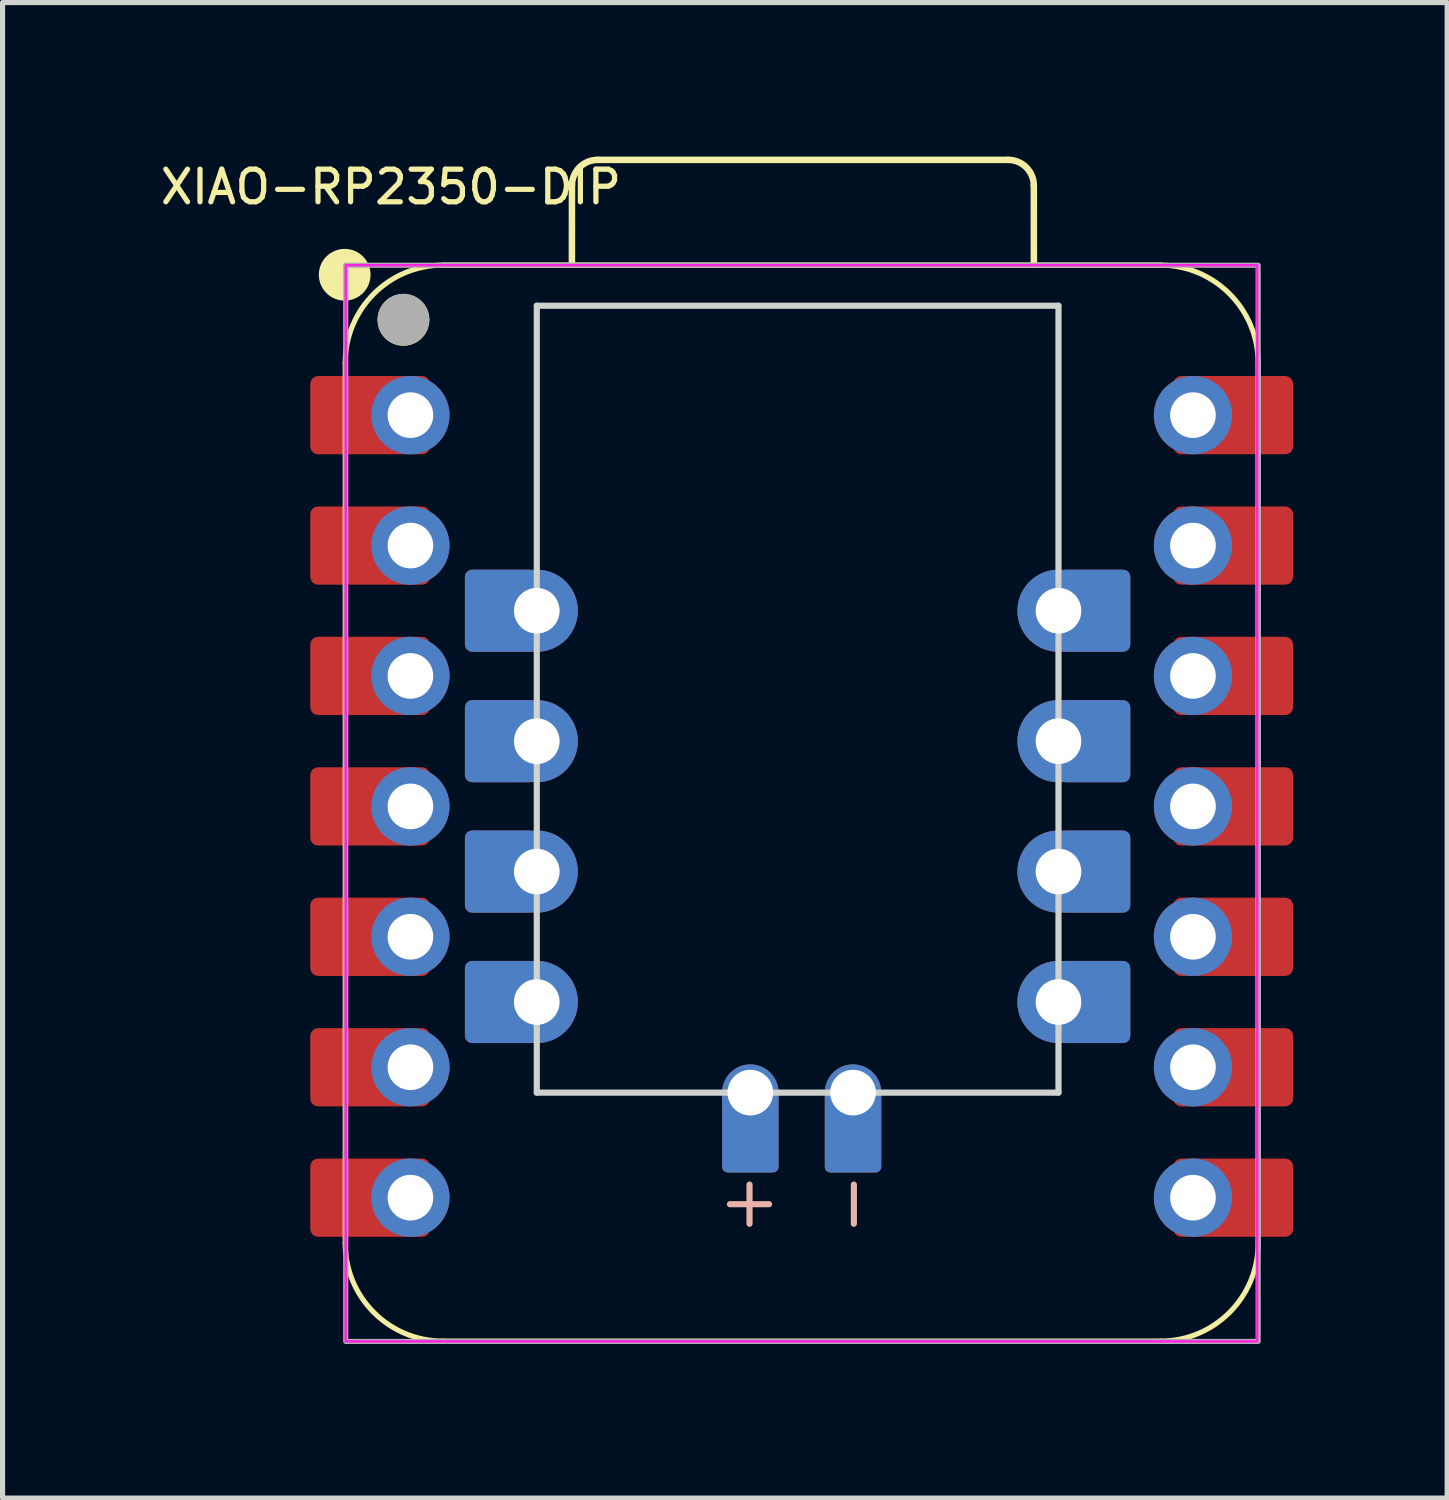
<source format=kicad_pcb>
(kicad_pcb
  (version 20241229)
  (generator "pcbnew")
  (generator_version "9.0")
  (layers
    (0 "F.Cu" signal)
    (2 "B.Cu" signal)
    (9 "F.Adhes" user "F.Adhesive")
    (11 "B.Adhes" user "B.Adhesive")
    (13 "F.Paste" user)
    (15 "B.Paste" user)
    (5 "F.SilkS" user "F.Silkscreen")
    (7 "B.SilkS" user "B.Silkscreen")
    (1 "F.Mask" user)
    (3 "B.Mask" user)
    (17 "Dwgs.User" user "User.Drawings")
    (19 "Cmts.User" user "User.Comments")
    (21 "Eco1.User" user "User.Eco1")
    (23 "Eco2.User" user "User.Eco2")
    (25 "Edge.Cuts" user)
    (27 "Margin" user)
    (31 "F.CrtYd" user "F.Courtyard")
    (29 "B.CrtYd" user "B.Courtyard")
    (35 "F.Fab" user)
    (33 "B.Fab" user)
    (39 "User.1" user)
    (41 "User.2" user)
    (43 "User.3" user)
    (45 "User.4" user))
  (footprint "XIAO-RP2350-DIP"
    (layer "F.Cu")
    (at 12.564 12.591)
    (property "Reference" "XIAO-RP2350-DIP" (at -8 -12 0) (unlocked yes) (layer "F.SilkS") (effects (font (size 0.635 0.635) (thickness 0.102))))
    (attr smd)
    (fp_line (start -8.891 8.572) (end -8.891 -8.572) (stroke (width 0.1) (type solid)) (layer "F.SilkS"))
    (fp_line (start -6.986 10.477) (end 6.984 10.477) (stroke (width 0.1) (type solid)) (layer "F.SilkS"))
    (fp_line (start -4.476 -10.486) (end -4.475 -12.028) (stroke (width 0.127) (type solid)) (layer "F.SilkS"))
    (fp_line (start -3.975 -12.528) (end 4.02 -12.528) (stroke (width 0.127) (type solid)) (layer "F.SilkS"))
    (fp_line (start 4.52 -12.028) (end 4.521 -10.483) (stroke (width 0.127) (type solid)) (layer "F.SilkS"))
    (fp_line (start 6.984 -10.477) (end -6.986 -10.477) (stroke (width 0.1) (type solid)) (layer "F.SilkS"))
    (fp_line (start 7.007 -10.475) (end -6.963 -10.475) (stroke (width 0.1) (type solid)) (layer "F.SilkS"))
    (fp_line (start 8.889 8.572) (end 8.889 -8.572) (stroke (width 0.1) (type solid)) (layer "F.SilkS"))
    (fp_arc (start -8.890994 -8.5725) (mid -8.333032 -9.919538) (end -6.985994 -10.4775) (stroke (width 0.1) (type solid)) (layer "F.SilkS"))
    (fp_arc (start -6.985994 10.4775) (mid -8.333032 9.919538) (end -8.890994 8.5725) (stroke (width 0.1) (type solid)) (layer "F.SilkS"))
    (fp_arc (start -4.475278 -12.027784) (mid -4.328701 -12.381119) (end -3.975278 -12.527512) (stroke (width 0.127) (type default)) (layer "F.SilkS"))
    (fp_arc (start 4.019994 -12.527512) (mid 4.373559 -12.38107) (end 4.519994 -12.027512) (stroke (width 0.127) (type default)) (layer "F.SilkS"))
    (fp_arc (start 6.984006 -10.4775) (mid 8.331044 -9.919538) (end 8.889006 -8.5725) (stroke (width 0.1) (type solid)) (layer "F.SilkS"))
    (fp_arc (start 8.889006 8.5725) (mid 8.331044 9.919538) (end 6.984006 10.4775) (stroke (width 0.1) (type solid)) (layer "F.SilkS"))
    (fp_circle (center -8.901 -10.29) (end -8.901 -10.544) (stroke (width 0.5) (type solid)) (fill yes) (layer "F.SilkS"))
    (fp_circle (center -7.758 -9.411) (end -7.758 -9.665) (stroke (width 0.5) (type solid)) (fill yes) (layer "F.SilkS"))
    (fp_line (start -1.017 7.429) (end -1.017 8.191) (stroke (width 0.12) (type default)) (layer "B.SilkS"))
    (fp_line (start -0.636 7.811) (end -1.398 7.811) (stroke (width 0.12) (type default)) (layer "B.SilkS"))
    (fp_line (start 1.015 7.429) (end 1.015 8.191) (stroke (width 0.12) (type default)) (layer "B.SilkS"))
    (fp_line (start -5.16 -9.687) (end -5.16 5.638) (stroke (width 0.12) (type default)) (layer "Edge.Cuts"))
    (fp_line (start -5.16 5.638) (end 4.999 5.638) (stroke (width 0.12) (type default)) (layer "Edge.Cuts"))
    (fp_line (start 4.999 -9.687) (end -5.16 -9.687) (stroke (width 0.12) (type default)) (layer "Edge.Cuts"))
    (fp_line (start 5 5.638) (end 5 -9.687) (stroke (width 0.12) (type default)) (layer "Edge.Cuts"))
    (fp_rect (start -8.881 -10.476) (end 8.869 10.483) (stroke (width 0.05) (type default)) (fill no) (layer "F.CrtYd"))
    (fp_rect (start -8.881 -10.476) (end 8.889 10.483) (stroke (width 0.1) (type default)) (fill no) (layer "F.Fab"))
    (fp_circle (center -7.755 -9.416) (end -7.755 -9.671) (stroke (width 0.5) (type solid)) (fill no) (layer "F.Fab"))
    (pad "1" smd roundrect (at -8.406 -7.556 180) (size 2.332 1.524) (layers "F.Cu" "F.Mask") (roundrect_rratio 0.1))
    (pad "1" thru_hole circle (at -7.621 -7.556 180) (size 1.524 1.524) (drill 0.889) (layers "*.Cu" "*.Mask"))
    (pad "2" smd roundrect (at -8.406 -5.016 180) (size 2.332 1.524) (layers "F.Cu" "F.Mask") (roundrect_rratio 0.1))
    (pad "2" thru_hole circle (at -7.621 -5.016 180) (size 1.524 1.524) (drill 0.889) (layers "*.Cu" "*.Mask"))
    (pad "3" smd roundrect (at -8.406 -2.477 180) (size 2.332 1.524) (layers "F.Cu" "F.Mask") (roundrect_rratio 0.1))
    (pad "3" thru_hole circle (at -7.621 -2.477 180) (size 1.524 1.524) (drill 0.889) (layers "*.Cu" "*.Mask"))
    (pad "4" smd roundrect (at -8.406 0.064 180) (size 2.332 1.524) (layers "F.Cu" "F.Mask") (roundrect_rratio 0.1))
    (pad "4" thru_hole circle (at -7.621 0.064 180) (size 1.524 1.524) (drill 0.889) (layers "*.Cu" "*.Mask"))
    (pad "5" smd roundrect (at -8.406 2.603 180) (size 2.332 1.524) (layers "F.Cu" "F.Mask") (roundrect_rratio 0.1))
    (pad "5" thru_hole circle (at -7.621 2.603 180) (size 1.524 1.524) (drill 0.889) (layers "*.Cu" "*.Mask"))
    (pad "6" smd roundrect (at -8.406 5.144 180) (size 2.332 1.524) (layers "F.Cu" "F.Mask") (roundrect_rratio 0.1))
    (pad "6" thru_hole circle (at -7.621 5.144 180) (size 1.524 1.524) (drill 0.889) (layers "*.Cu" "*.Mask"))
    (pad "7" smd roundrect (at -8.406 7.684 180) (size 2.332 1.524) (layers "F.Cu" "F.Mask") (roundrect_rratio 0.1))
    (pad "7" thru_hole circle (at -7.621 7.684 180) (size 1.524 1.524) (drill 0.889) (layers "*.Cu" "*.Mask"))
    (pad "8" thru_hole circle (at 7.619 7.684) (size 1.524 1.524) (drill 0.889) (layers "*.Cu" "*.Mask"))
    (pad "8" smd roundrect (at 8.404 7.684) (size 2.332 1.524) (layers "F.Cu" "F.Mask") (roundrect_rratio 0.1))
    (pad "9" thru_hole circle (at 7.619 5.144) (size 1.524 1.524) (drill 0.889) (layers "*.Cu" "*.Mask"))
    (pad "9" smd roundrect (at 8.404 5.144) (size 2.332 1.524) (layers "F.Cu" "F.Mask") (roundrect_rratio 0.1))
    (pad "10" thru_hole circle (at 7.619 2.603) (size 1.524 1.524) (drill 0.889) (layers "*.Cu" "*.Mask"))
    (pad "10" smd roundrect (at 8.404 2.603) (size 2.332 1.524) (layers "F.Cu" "F.Mask") (roundrect_rratio 0.1))
    (pad "11" thru_hole circle (at 7.619 0.064) (size 1.524 1.524) (drill 0.889) (layers "*.Cu" "*.Mask"))
    (pad "11" smd roundrect (at 8.404 0.064) (size 2.332 1.524) (layers "F.Cu" "F.Mask") (roundrect_rratio 0.1))
    (pad "12" thru_hole circle (at 7.619 -2.477) (size 1.524 1.524) (drill 0.889) (layers "*.Cu" "*.Mask"))
    (pad "12" smd roundrect (at 8.404 -2.477) (size 2.332 1.524) (layers "F.Cu" "F.Mask") (roundrect_rratio 0.1))
    (pad "13" thru_hole circle (at 7.619 -5.016) (size 1.524 1.524) (drill 0.889) (layers "*.Cu" "*.Mask"))
    (pad "13" smd roundrect (at 8.404 -5.016) (size 2.332 1.524) (layers "F.Cu" "F.Mask") (roundrect_rratio 0.1))
    (pad "14" thru_hole circle (at 7.619 -7.556) (size 1.524 1.524) (drill 0.889) (layers "*.Cu" "*.Mask"))
    (pad "14" smd roundrect (at 8.404 -7.556) (size 2.332 1.524) (layers "F.Cu" "F.Mask") (roundrect_rratio 0.1))
    (pad "15" thru_hole circle (at 5 -3.747 180) (size 1.6 1.6) (drill 0.889) (layers "*.Cu" "*.Mask"))
    (pad "15" smd roundrect (at 5.699 -3.747) (size 1.4 1.6) (layers "F.Cu" "F.Mask") (roundrect_rratio 0.1))
    (pad "15" smd roundrect (at 5.699 -3.747 180) (size 1.4 1.6) (layers "B.Cu" "B.Mask" "B.Paste") (roundrect_rratio 0.1))
    (pad "16" thru_hole circle (at 5 -1.206 180) (size 1.6 1.6) (drill 0.889) (layers "*.Cu" "*.Mask"))
    (pad "16" smd roundrect (at 5.699 -1.206) (size 1.4 1.6) (layers "F.Cu" "F.Mask") (roundrect_rratio 0.1))
    (pad "16" smd roundrect (at 5.699 -1.206 180) (size 1.4 1.6) (layers "B.Cu" "B.Mask" "B.Paste") (roundrect_rratio 0.1))
    (pad "17" thru_hole circle (at 5 1.333 180) (size 1.6 1.6) (drill 0.889) (layers "*.Cu" "*.Mask"))
    (pad "17" smd roundrect (at 5.699 1.333) (size 1.4 1.6) (layers "F.Cu" "F.Mask") (roundrect_rratio 0.1))
    (pad "17" smd roundrect (at 5.699 1.333 180) (size 1.4 1.6) (layers "B.Cu" "B.Mask" "B.Paste") (roundrect_rratio 0.1))
    (pad "18" thru_hole circle (at 5 3.873 180) (size 1.6 1.6) (drill 0.889) (layers "*.Cu" "*.Mask"))
    (pad "18" smd roundrect (at 5.699 3.873) (size 1.4 1.6) (layers "F.Cu" "F.Mask") (roundrect_rratio 0.1))
    (pad "18" smd roundrect (at 5.699 3.873 180) (size 1.4 1.6) (layers "B.Cu" "B.Mask" "B.Paste") (roundrect_rratio 0.1))
    (pad "19" smd roundrect (at -5.86 3.873) (size 1.4 1.6) (layers "F.Cu" "F.Mask") (roundrect_rratio 0.1))
    (pad "19" smd roundrect (at -5.86 3.873 180) (size 1.4 1.6) (layers "B.Cu" "B.Mask" "B.Paste") (roundrect_rratio 0.1))
    (pad "19" thru_hole circle (at -5.16 3.873 180) (size 1.6 1.6) (drill 0.889) (layers "*.Cu" "*.Mask"))
    (pad "20" smd roundrect (at -5.86 1.333) (size 1.4 1.6) (layers "F.Cu" "F.Mask") (roundrect_rratio 0.1))
    (pad "20" smd roundrect (at -5.86 1.333 180) (size 1.4 1.6) (layers "B.Cu" "B.Mask" "B.Paste") (roundrect_rratio 0.1))
    (pad "20" thru_hole circle (at -5.16 1.333 180) (size 1.6 1.6) (drill 0.889) (layers "*.Cu" "*.Mask"))
    (pad "21" smd roundrect (at -5.86 -1.206) (size 1.4 1.6) (layers "F.Cu" "F.Mask") (roundrect_rratio 0.1))
    (pad "21" smd roundrect (at -5.86 -1.206 180) (size 1.4 1.6) (layers "B.Cu" "B.Mask" "B.Paste") (roundrect_rratio 0.1))
    (pad "21" thru_hole circle (at -5.16 -1.206 180) (size 1.6 1.6) (drill 0.889) (layers "*.Cu" "*.Mask"))
    (pad "22" smd roundrect (at -5.86 -3.747) (size 1.4 1.6) (layers "F.Cu" "F.Mask") (roundrect_rratio 0.1))
    (pad "22" smd roundrect (at -5.86 -3.747 180) (size 1.4 1.6) (layers "B.Cu" "B.Mask" "B.Paste") (roundrect_rratio 0.1))
    (pad "22" thru_hole circle (at -5.16 -3.747 180) (size 1.6 1.6) (drill 0.889) (layers "*.Cu" "*.Mask"))
    (pad "23" thru_hole circle (at -1.001 5.638 180) (size 1.1 1.1) (drill 0.889) (layers "*.Cu" "*.Mask"))
    (pad "23" smd roundrect (at -1.001 6.394 270) (size 1.6 1.1) (layers "F.Cu" "F.Mask") (roundrect_rratio 0.1))
    (pad "23" smd roundrect (at -1.001 6.394 270) (size 1.6 1.1) (layers "B.Cu" "B.Mask" "B.Paste") (roundrect_rratio 0.1))
    (pad "24" thru_hole circle (at 0.999 5.638 180) (size 1.1 1.1) (drill 0.889) (layers "*.Cu" "*.Mask"))
    (pad "24" smd roundrect (at 0.999 6.394 270) (size 1.6 1.1) (layers "F.Cu" "F.Mask") (roundrect_rratio 0.1))
    (pad "24" smd roundrect (at 0.999 6.394 270) (size 1.6 1.1) (layers "B.Cu" "B.Mask" "B.Paste") (roundrect_rratio 0.1)))
  (gr_rect
    (start -3 -3)
    (end 25.134 26.125)
    (stroke (width 0.1) (type default))
    (fill no)
    (layer "Edge.Cuts")))
</source>
